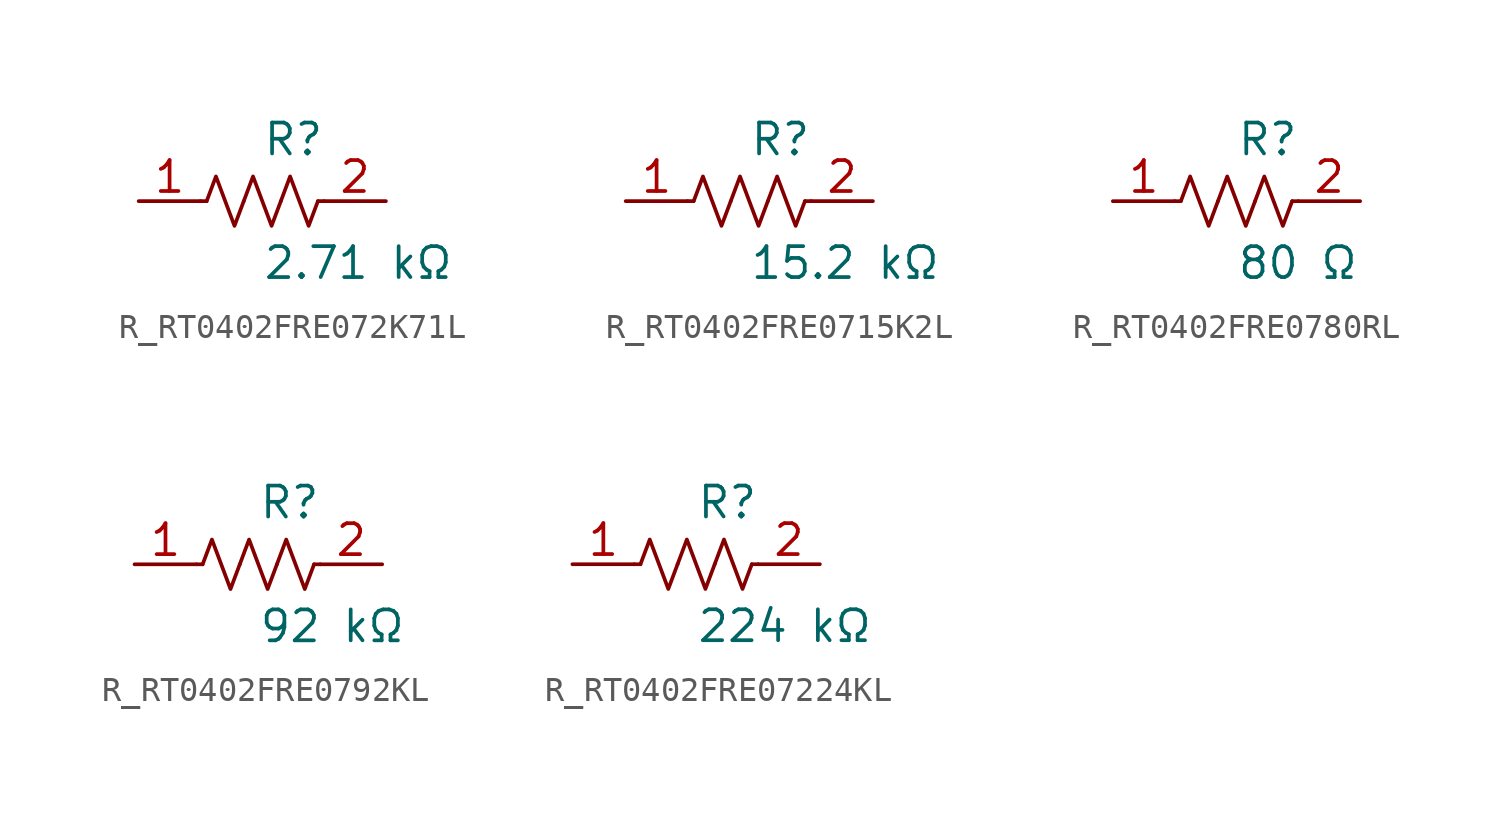
<source format=kicad_sym>
(kicad_symbol_lib
  (version 20231120)
  (generator kicad_symbol_editor)
  (generator_version 8.0)
  (symbol "R_RT0402FRE072K71L"
    (pin_names
      (offset 0.254))
    (property "Reference" "R"
      (at 0.0 2.54 0)
      (effects (font (size 1.27 1.27)) (justify left)))
    (property "Value" "2.71 kΩ"
      (at 0.0 -2.54 0)
      (effects (font (size 1.27 1.27)) (justify left)))
    (symbol "R_RT0402FRE072K71L_0_1"
      (polyline (pts (xy 2.286 0) (xy 2.54 0)) (stroke (width 0) (type default)) (fill (type none)))
      (polyline (pts (xy -2.286 0) (xy -2.54 0)) (stroke (width 0) (type default)) (fill (type none)))
      (polyline (pts (xy 0.762 0) (xy 1.143 1.016) (xy 1.524 0) (xy 1.905 -1.016) (xy 2.286 0)) (stroke (width 0) (type default)) (fill (type none)))
      (polyline (pts (xy -0.762 0) (xy -0.381 1.016) (xy 0 0) (xy 0.381 -1.016) (xy 0.762 0)) (stroke (width 0) (type default)) (fill (type none)))
      (polyline (pts (xy -2.286 0) (xy -1.905 1.016) (xy -1.524 0) (xy -1.143 -1.016) (xy -0.762 0)) (stroke (width 0) (type default)) (fill (type none))))
    (pin unspecified line
      (at -5.08 0 0)
      (length 2.54)
      (name "" (effects (font (size 1.27 1.27))))
      (number "1" (effects (font (size 1.27 1.27)))))
    (pin unspecified line
      (at 5.08 0 180)
      (length 2.54)
      (name "" (effects (font (size 1.27 1.27))))
      (number "2" (effects (font (size 1.27 1.27))))))
  (symbol "R_RT0402FRE0715K2L"
    (pin_names
      (offset 0.254))
    (property "Reference" "R"
      (at 0.0 2.54 0)
      (effects (font (size 1.27 1.27)) (justify left)))
    (property "Value" "15.2 kΩ"
      (at 0.0 -2.54 0)
      (effects (font (size 1.27 1.27)) (justify left)))
    (symbol "R_RT0402FRE0715K2L_0_1"
      (polyline (pts (xy 2.286 0) (xy 2.54 0)) (stroke (width 0) (type default)) (fill (type none)))
      (polyline (pts (xy -2.286 0) (xy -2.54 0)) (stroke (width 0) (type default)) (fill (type none)))
      (polyline (pts (xy 0.762 0) (xy 1.143 1.016) (xy 1.524 0) (xy 1.905 -1.016) (xy 2.286 0)) (stroke (width 0) (type default)) (fill (type none)))
      (polyline (pts (xy -0.762 0) (xy -0.381 1.016) (xy 0 0) (xy 0.381 -1.016) (xy 0.762 0)) (stroke (width 0) (type default)) (fill (type none)))
      (polyline (pts (xy -2.286 0) (xy -1.905 1.016) (xy -1.524 0) (xy -1.143 -1.016) (xy -0.762 0)) (stroke (width 0) (type default)) (fill (type none))))
    (pin unspecified line
      (at -5.08 0 0)
      (length 2.54)
      (name "" (effects (font (size 1.27 1.27))))
      (number "1" (effects (font (size 1.27 1.27)))))
    (pin unspecified line
      (at 5.08 0 180)
      (length 2.54)
      (name "" (effects (font (size 1.27 1.27))))
      (number "2" (effects (font (size 1.27 1.27))))))
  (symbol "R_RT0402FRE0780RL"
    (pin_names
      (offset 0.254))
    (property "Reference" "R"
      (at 0.0 2.54 0)
      (effects (font (size 1.27 1.27)) (justify left)))
    (property "Value" "80 Ω"
      (at 0.0 -2.54 0)
      (effects (font (size 1.27 1.27)) (justify left)))
    (symbol "R_RT0402FRE0780RL_0_1"
      (polyline (pts (xy 2.286 0) (xy 2.54 0)) (stroke (width 0) (type default)) (fill (type none)))
      (polyline (pts (xy -2.286 0) (xy -2.54 0)) (stroke (width 0) (type default)) (fill (type none)))
      (polyline (pts (xy 0.762 0) (xy 1.143 1.016) (xy 1.524 0) (xy 1.905 -1.016) (xy 2.286 0)) (stroke (width 0) (type default)) (fill (type none)))
      (polyline (pts (xy -0.762 0) (xy -0.381 1.016) (xy 0 0) (xy 0.381 -1.016) (xy 0.762 0)) (stroke (width 0) (type default)) (fill (type none)))
      (polyline (pts (xy -2.286 0) (xy -1.905 1.016) (xy -1.524 0) (xy -1.143 -1.016) (xy -0.762 0)) (stroke (width 0) (type default)) (fill (type none))))
    (pin unspecified line
      (at -5.08 0 0)
      (length 2.54)
      (name "" (effects (font (size 1.27 1.27))))
      (number "1" (effects (font (size 1.27 1.27)))))
    (pin unspecified line
      (at 5.08 0 180)
      (length 2.54)
      (name "" (effects (font (size 1.27 1.27))))
      (number "2" (effects (font (size 1.27 1.27))))))
  (symbol "R_RT0402FRE0792KL"
    (pin_names
      (offset 0.254))
    (property "Reference" "R"
      (at 0.0 2.54 0)
      (effects (font (size 1.27 1.27)) (justify left)))
    (property "Value" "92 kΩ"
      (at 0.0 -2.54 0)
      (effects (font (size 1.27 1.27)) (justify left)))
    (symbol "R_RT0402FRE0792KL_0_1"
      (polyline (pts (xy 2.286 0) (xy 2.54 0)) (stroke (width 0) (type default)) (fill (type none)))
      (polyline (pts (xy -2.286 0) (xy -2.54 0)) (stroke (width 0) (type default)) (fill (type none)))
      (polyline (pts (xy 0.762 0) (xy 1.143 1.016) (xy 1.524 0) (xy 1.905 -1.016) (xy 2.286 0)) (stroke (width 0) (type default)) (fill (type none)))
      (polyline (pts (xy -0.762 0) (xy -0.381 1.016) (xy 0 0) (xy 0.381 -1.016) (xy 0.762 0)) (stroke (width 0) (type default)) (fill (type none)))
      (polyline (pts (xy -2.286 0) (xy -1.905 1.016) (xy -1.524 0) (xy -1.143 -1.016) (xy -0.762 0)) (stroke (width 0) (type default)) (fill (type none))))
    (pin unspecified line
      (at -5.08 0 0)
      (length 2.54)
      (name "" (effects (font (size 1.27 1.27))))
      (number "1" (effects (font (size 1.27 1.27)))))
    (pin unspecified line
      (at 5.08 0 180)
      (length 2.54)
      (name "" (effects (font (size 1.27 1.27))))
      (number "2" (effects (font (size 1.27 1.27))))))
  (symbol "R_RT0402FRE07224KL"
    (pin_names
      (offset 0.254))
    (property "Reference" "R"
      (at 0.0 2.54 0)
      (effects (font (size 1.27 1.27)) (justify left)))
    (property "Value" "224 kΩ"
      (at 0.0 -2.54 0)
      (effects (font (size 1.27 1.27)) (justify left)))
    (symbol "R_RT0402FRE07224KL_0_1"
      (polyline (pts (xy 2.286 0) (xy 2.54 0)) (stroke (width 0) (type default)) (fill (type none)))
      (polyline (pts (xy -2.286 0) (xy -2.54 0)) (stroke (width 0) (type default)) (fill (type none)))
      (polyline (pts (xy 0.762 0) (xy 1.143 1.016) (xy 1.524 0) (xy 1.905 -1.016) (xy 2.286 0)) (stroke (width 0) (type default)) (fill (type none)))
      (polyline (pts (xy -0.762 0) (xy -0.381 1.016) (xy 0 0) (xy 0.381 -1.016) (xy 0.762 0)) (stroke (width 0) (type default)) (fill (type none)))
      (polyline (pts (xy -2.286 0) (xy -1.905 1.016) (xy -1.524 0) (xy -1.143 -1.016) (xy -0.762 0)) (stroke (width 0) (type default)) (fill (type none))))
    (pin unspecified line
      (at -5.08 0 0)
      (length 2.54)
      (name "" (effects (font (size 1.27 1.27))))
      (number "1" (effects (font (size 1.27 1.27)))))
    (pin unspecified line
      (at 5.08 0 180)
      (length 2.54)
      (name "" (effects (font (size 1.27 1.27))))
      (number "2" (effects (font (size 1.27 1.27)))))))
</source>
